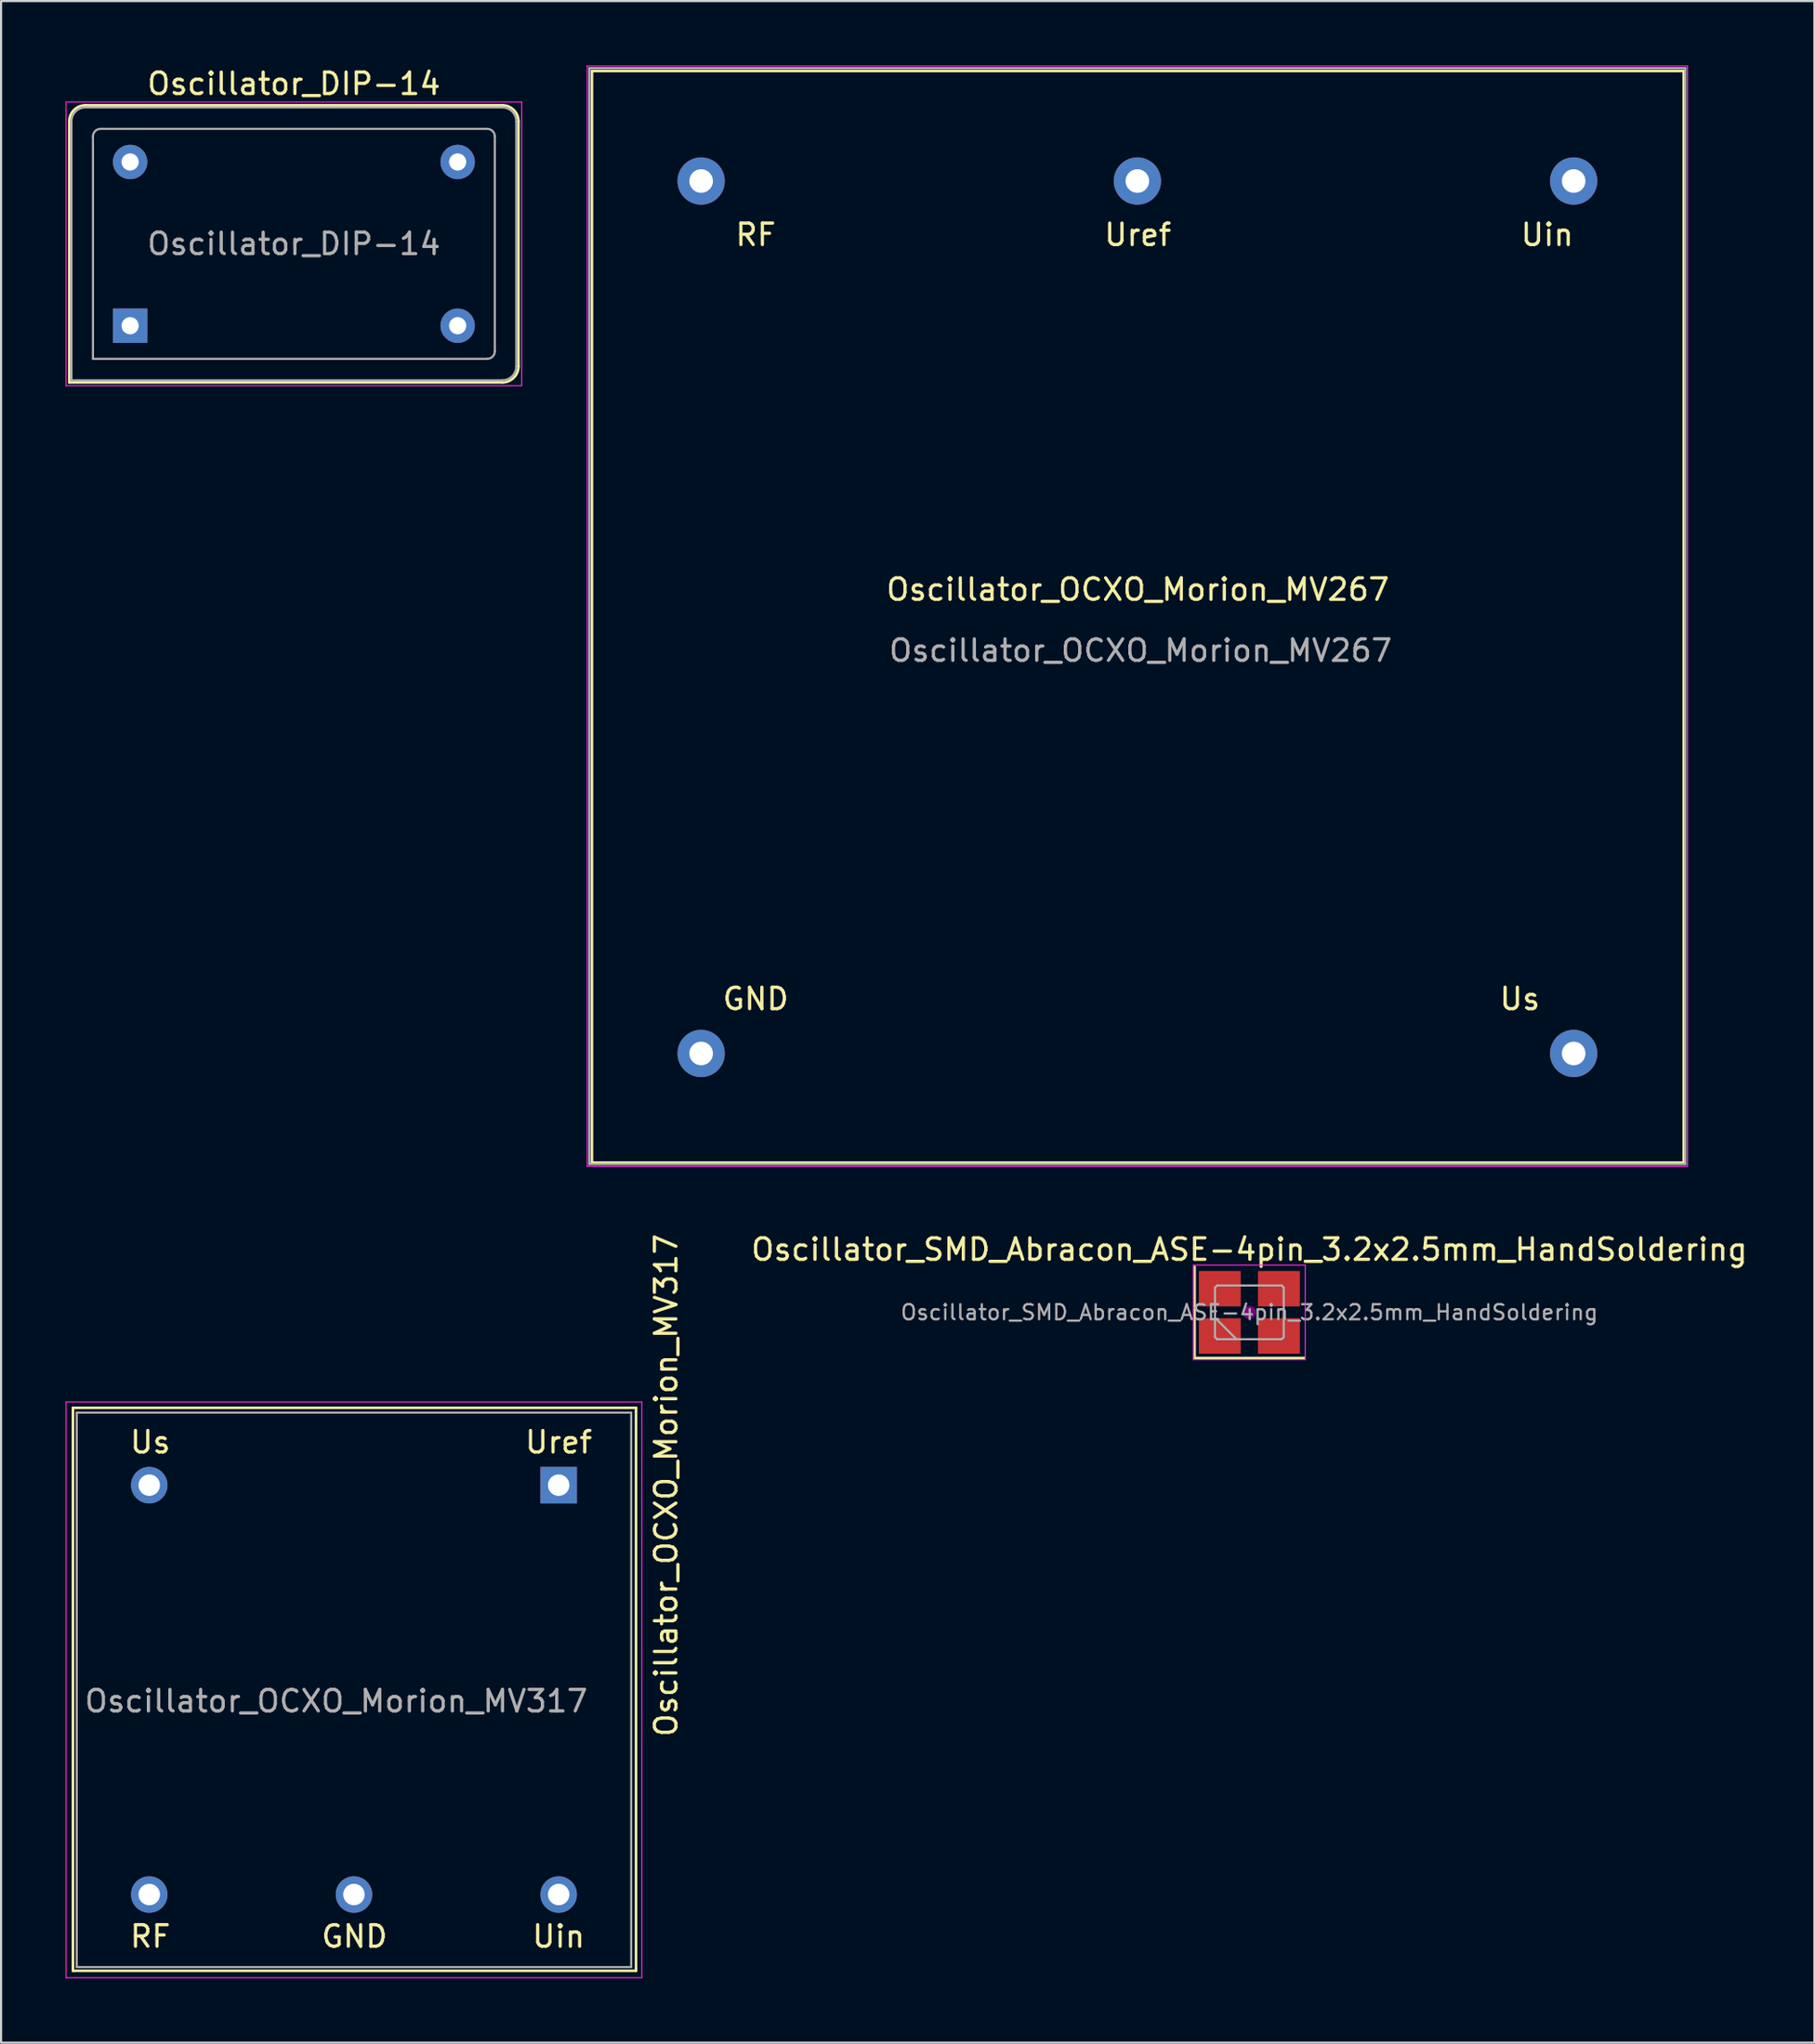
<source format=kicad_pcb>
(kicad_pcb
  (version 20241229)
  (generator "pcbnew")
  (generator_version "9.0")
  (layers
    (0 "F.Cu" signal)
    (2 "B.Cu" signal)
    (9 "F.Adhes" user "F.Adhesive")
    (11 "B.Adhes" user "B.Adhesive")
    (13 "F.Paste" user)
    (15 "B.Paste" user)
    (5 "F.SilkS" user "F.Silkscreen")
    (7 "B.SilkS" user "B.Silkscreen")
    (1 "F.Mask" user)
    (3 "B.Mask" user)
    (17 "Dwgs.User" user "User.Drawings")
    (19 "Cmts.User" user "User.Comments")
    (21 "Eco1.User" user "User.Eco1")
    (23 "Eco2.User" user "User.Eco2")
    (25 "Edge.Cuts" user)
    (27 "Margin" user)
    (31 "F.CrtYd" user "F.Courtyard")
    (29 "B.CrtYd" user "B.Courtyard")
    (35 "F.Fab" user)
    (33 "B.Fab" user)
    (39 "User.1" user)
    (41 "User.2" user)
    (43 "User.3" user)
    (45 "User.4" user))
  (footprint "Oscillator_OCXO_Morion_MV267"
    (layer "F.Cu")
    (at 49.875 5.375)
    (property "Reference" "Oscillator_OCXO_Morion_MV267" (at 0.02 19.01 0) (layer "F.SilkS") (effects (font (size 1 1) (thickness 0.15))))
    (attr through_hole)
    (fp_line (start -25.38 -5.12) (end -25.38 45.68) (stroke (width 0.12) (type solid)) (layer "F.SilkS"))
    (fp_line (start -25.38 45.68) (end 25.42 45.68) (stroke (width 0.12) (type solid)) (layer "F.SilkS"))
    (fp_line (start 25.42 -5.12) (end -25.38 -5.12) (stroke (width 0.12) (type solid)) (layer "F.SilkS"))
    (fp_line (start 25.42 45.68) (end 25.42 -5.12) (stroke (width 0.12) (type solid)) (layer "F.SilkS"))
    (fp_line (start -25.6 -5.35) (end 25.6 -5.35) (stroke (width 0.05) (type solid)) (layer "F.CrtYd"))
    (fp_line (start -25.6 45.85) (end -25.6 -5.35) (stroke (width 0.05) (type solid)) (layer "F.CrtYd"))
    (fp_line (start 25.6 -5.35) (end 25.6 45.85) (stroke (width 0.05) (type solid)) (layer "F.CrtYd"))
    (fp_line (start 25.6 45.85) (end -25.6 45.85) (stroke (width 0.05) (type solid)) (layer "F.CrtYd"))
    (fp_line (start -25.5 -5.25) (end 25.5 -5.25) (stroke (width 0.1) (type solid)) (layer "F.Fab"))
    (fp_line (start -25.5 45.75) (end -25.5 -5.25) (stroke (width 0.1) (type solid)) (layer "F.Fab"))
    (fp_line (start 25.5 -5.25) (end 25.5 45.75) (stroke (width 0.1) (type solid)) (layer "F.Fab"))
    (fp_line (start 25.5 45.75) (end -25.5 45.75) (stroke (width 0.1) (type solid)) (layer "F.Fab"))
    (fp_text user "Uin" (at 19.07 2.5 0) (layer "F.SilkS") (effects (font (size 1 1) (thickness 0.15))))
    (fp_text user "Us" (at 17.8 38.06 0) (layer "F.SilkS") (effects (font (size 1 1) (thickness 0.15))))
    (fp_text user "GND" (at -17.76 38.06 0) (layer "F.SilkS") (effects (font (size 1 1) (thickness 0.15))))
    (fp_text user "Uref" (at 0.02 2.5 0) (layer "F.SilkS") (effects (font (size 1 1) (thickness 0.15))))
    (fp_text user "RF" (at -17.76 2.5 0) (layer "F.SilkS") (effects (font (size 1 1) (thickness 0.15))))
    (fp_text user "${REFERENCE}" (at 0.15 21.85 0) (layer "F.Fab") (effects (font (size 1 1) (thickness 0.15))))
    (pad "1" thru_hole circle (at 0 0) (size 2.2 2.2) (drill 1.1) (layers "*.Cu" "*.Mask"))
    (pad "2" thru_hole circle (at 20.3 40.6) (size 2.2 2.2) (drill 1.1) (layers "*.Cu" "*.Mask"))
    (pad "3" thru_hole circle (at -20.3 0) (size 2.2 2.2) (drill 1.1) (layers "*.Cu" "*.Mask"))
    (pad "4" thru_hole circle (at -20.3 40.6) (size 2.2 2.2) (drill 1.1) (layers "*.Cu" "*.Mask"))
    (pad "5" thru_hole circle (at 20.3 0) (size 2.2 2.2) (drill 1.1) (layers "*.Cu" "*.Mask")))
  (footprint "Oscillator_DIP-14"
    (layer "F.Cu")
    (at 3.005 12.108)
    (property "Reference" "Oscillator_DIP-14" (at 7.62 -11.26 0) (layer "F.SilkS") (effects (font (size 1 1) (thickness 0.15))))
    (attr through_hole)
    (fp_line (start -2.83 -9.51) (end -2.83 2.64) (stroke (width 0.12) (type solid)) (layer "F.SilkS"))
    (fp_line (start -2.83 2.64) (end 17.32 2.64) (stroke (width 0.12) (type solid)) (layer "F.SilkS"))
    (fp_line (start 17.32 -10.26) (end -2.08 -10.26) (stroke (width 0.12) (type solid)) (layer "F.SilkS"))
    (fp_line (start 18.07 1.89) (end 18.07 -9.51) (stroke (width 0.12) (type solid)) (layer "F.SilkS"))
    (fp_arc (start -2.83 -9.51) (mid -2.61033 -10.04033) (end -2.08 -10.26) (stroke (width 0.12) (type solid)) (layer "F.SilkS"))
    (fp_arc (start 17.32 -10.26) (mid 17.85033 -10.04033) (end 18.07 -9.51) (stroke (width 0.12) (type solid)) (layer "F.SilkS"))
    (fp_arc (start 18.07 1.89) (mid 17.85033 2.42033) (end 17.32 2.64) (stroke (width 0.12) (type solid)) (layer "F.SilkS"))
    (fp_line (start -2.98 -10.41) (end -2.98 2.79) (stroke (width 0.05) (type solid)) (layer "F.CrtYd"))
    (fp_line (start -2.98 2.79) (end 18.22 2.79) (stroke (width 0.05) (type solid)) (layer "F.CrtYd"))
    (fp_line (start 18.22 -10.41) (end -2.98 -10.41) (stroke (width 0.05) (type solid)) (layer "F.CrtYd"))
    (fp_line (start 18.22 2.79) (end 18.22 -10.41) (stroke (width 0.05) (type solid)) (layer "F.CrtYd"))
    (fp_line (start -2.73 2.54) (end -2.73 -9.51) (stroke (width 0.1) (type solid)) (layer "F.Fab"))
    (fp_line (start -2.73 2.54) (end 17.32 2.54) (stroke (width 0.1) (type solid)) (layer "F.Fab"))
    (fp_line (start -2.08 -10.16) (end 17.32 -10.16) (stroke (width 0.1) (type solid)) (layer "F.Fab"))
    (fp_line (start -1.73 1.54) (end -1.73 -8.81) (stroke (width 0.1) (type solid)) (layer "F.Fab"))
    (fp_line (start -1.73 1.54) (end 16.62 1.54) (stroke (width 0.1) (type solid)) (layer "F.Fab"))
    (fp_line (start -1.38 -9.16) (end 16.62 -9.16) (stroke (width 0.1) (type solid)) (layer "F.Fab"))
    (fp_line (start 16.97 1.19) (end 16.97 -8.81) (stroke (width 0.1) (type solid)) (layer "F.Fab"))
    (fp_line (start 17.97 -9.51) (end 17.97 1.89) (stroke (width 0.1) (type solid)) (layer "F.Fab"))
    (fp_arc (start -2.73 -9.51) (mid -2.539619 -9.969619) (end -2.08 -10.16) (stroke (width 0.1) (type solid)) (layer "F.Fab"))
    (fp_arc (start -1.73 -8.81) (mid -1.627487 -9.057487) (end -1.38 -9.16) (stroke (width 0.1) (type solid)) (layer "F.Fab"))
    (fp_arc (start 16.62 -9.16) (mid 16.867487 -9.057487) (end 16.97 -8.81) (stroke (width 0.1) (type solid)) (layer "F.Fab"))
    (fp_arc (start 16.97 1.19) (mid 16.867487 1.437487) (end 16.62 1.54) (stroke (width 0.1) (type solid)) (layer "F.Fab"))
    (fp_arc (start 17.32 -10.16) (mid 17.779619 -9.969619) (end 17.97 -9.51) (stroke (width 0.1) (type solid)) (layer "F.Fab"))
    (fp_arc (start 17.97 1.89) (mid 17.779619 2.349619) (end 17.32 2.54) (stroke (width 0.1) (type solid)) (layer "F.Fab"))
    (fp_text user "${REFERENCE}" (at 7.62 -3.81 0) (layer "F.Fab") (effects (font (size 1 1) (thickness 0.15))))
    (pad "1" thru_hole rect (at 0 0) (size 1.6 1.6) (drill 0.8) (layers "*.Cu" "*.Mask"))
    (pad "7" thru_hole circle (at 15.24 0) (size 1.6 1.6) (drill 0.8) (layers "*.Cu" "*.Mask"))
    (pad "8" thru_hole circle (at 15.24 -7.62) (size 1.6 1.6) (drill 0.8) (layers "*.Cu" "*.Mask"))
    (pad "14" thru_hole circle (at 0 -7.62) (size 1.6 1.6) (drill 0.8) (layers "*.Cu" "*.Mask")))
  (footprint "Oscillator_OCXO_Morion_MV317"
    (layer "F.Cu")
    (at 22.945 66.065)
    (property "Reference" "Oscillator_OCXO_Morion_MV317" (at 5 0 270) (layer "F.SilkS") (effects (font (size 1 1) (thickness 0.15))))
    (attr through_hole)
    (fp_line (start -22.6 -3.6) (end -22.6 22.6) (stroke (width 0.12) (type solid)) (layer "F.SilkS"))
    (fp_line (start -22.6 22.6) (end 3.6 22.6) (stroke (width 0.12) (type solid)) (layer "F.SilkS"))
    (fp_line (start 3.6 -3.6) (end -22.6 -3.6) (stroke (width 0.12) (type solid)) (layer "F.SilkS"))
    (fp_line (start 3.6 22.6) (end 3.6 -3.6) (stroke (width 0.12) (type solid)) (layer "F.SilkS"))
    (fp_line (start -22.92 -3.87) (end 3.87 -3.87) (stroke (width 0.05) (type solid)) (layer "F.CrtYd"))
    (fp_line (start -22.92 22.92) (end -22.92 -3.87) (stroke (width 0.05) (type solid)) (layer "F.CrtYd"))
    (fp_line (start 3.87 -3.87) (end 3.87 22.92) (stroke (width 0.05) (type solid)) (layer "F.CrtYd"))
    (fp_line (start 3.87 22.92) (end -22.92 22.92) (stroke (width 0.05) (type solid)) (layer "F.CrtYd"))
    (fp_line (start -22.425 -3.375) (end 3.375 -3.375) (stroke (width 0.1) (type solid)) (layer "F.Fab"))
    (fp_line (start -22.425 22.425) (end -22.425 -3.375) (stroke (width 0.1) (type solid)) (layer "F.Fab"))
    (fp_line (start 3.375 -3.375) (end 3.375 22.425) (stroke (width 0.1) (type solid)) (layer "F.Fab"))
    (fp_line (start 3.375 22.425) (end -22.425 22.425) (stroke (width 0.1) (type solid)) (layer "F.Fab"))
    (fp_text user "Uin" (at 0 21 180) (layer "F.SilkS") (effects (font (size 1 1) (thickness 0.15))))
    (fp_text user "Uref" (at 0 -2 180) (layer "F.SilkS") (effects (font (size 1 1) (thickness 0.15))))
    (fp_text user "GND" (at -9.5 21 180) (layer "F.SilkS") (effects (font (size 1 1) (thickness 0.15))))
    (fp_text user "Us" (at -19 -2 180) (layer "F.SilkS") (effects (font (size 1 1) (thickness 0.15))))
    (fp_text user "RF" (at -19 21 180) (layer "F.SilkS") (effects (font (size 1 1) (thickness 0.15))))
    (fp_text user "${REFERENCE}" (at -10.35 10.05 180) (layer "F.Fab") (effects (font (size 1 1) (thickness 0.15))))
    (pad "1" thru_hole rect (at 0 0 180) (size 1.7 1.7) (drill 1) (layers "*.Cu" "*.Mask"))
    (pad "2" thru_hole circle (at -19.05 0 180) (size 1.7 1.7) (drill 1) (layers "*.Cu" "*.Mask"))
    (pad "3" thru_hole circle (at -19.05 19.05 180) (size 1.7 1.7) (drill 1) (layers "*.Cu" "*.Mask"))
    (pad "4" thru_hole circle (at -9.525 19.05 180) (size 1.7 1.7) (drill 1) (layers "*.Cu" "*.Mask"))
    (pad "5" thru_hole circle (at 0 19.05 180) (size 1.7 1.7) (drill 1) (layers "*.Cu" "*.Mask")))
  (footprint "Oscillator_SMD_Abracon_ASE-4pin_3.2x2.5mm_HandSoldering"
    (layer "F.Cu")
    (at 55.085 58.023)
    (property "Reference" "Oscillator_SMD_Abracon_ASE-4pin_3.2x2.5mm_HandSoldering" (at 0 -2.925 0) (layer "F.SilkS") (effects (font (size 1 1) (thickness 0.15))))
    (attr smd)
    (fp_line (start -2.55 -2.125) (end -2.55 2.125) (stroke (width 0.12) (type solid)) (layer "F.SilkS"))
    (fp_line (start -2.55 2.125) (end 2.55 2.125) (stroke (width 0.12) (type solid)) (layer "F.SilkS"))
    (fp_circle (center 0 0) (end 0.058 0) (stroke (width 0.117) (type solid)) (fill no) (layer "F.Adhes"))
    (fp_circle (center 0 0) (end 0.133 0) (stroke (width 0.083) (type solid)) (fill no) (layer "F.Adhes"))
    (fp_circle (center 0 0) (end 0.208 0) (stroke (width 0.083) (type solid)) (fill no) (layer "F.Adhes"))
    (fp_circle (center 0 0) (end 0.25 0) (stroke (width 0.1) (type solid)) (fill no) (layer "F.Adhes"))
    (fp_line (start -2.6 -2.2) (end -2.6 2.2) (stroke (width 0.05) (type solid)) (layer "F.CrtYd"))
    (fp_line (start -2.6 2.2) (end 2.6 2.2) (stroke (width 0.05) (type solid)) (layer "F.CrtYd"))
    (fp_line (start 2.6 -2.2) (end -2.6 -2.2) (stroke (width 0.05) (type solid)) (layer "F.CrtYd"))
    (fp_line (start 2.6 2.2) (end 2.6 -2.2) (stroke (width 0.05) (type solid)) (layer "F.CrtYd"))
    (fp_line (start -1.6 -1.15) (end -1.5 -1.25) (stroke (width 0.1) (type solid)) (layer "F.Fab"))
    (fp_line (start -1.6 0.25) (end -0.6 1.25) (stroke (width 0.1) (type solid)) (layer "F.Fab"))
    (fp_line (start -1.6 1.15) (end -1.6 -1.15) (stroke (width 0.1) (type solid)) (layer "F.Fab"))
    (fp_line (start -1.5 -1.25) (end 1.5 -1.25) (stroke (width 0.1) (type solid)) (layer "F.Fab"))
    (fp_line (start -1.5 1.25) (end -1.6 1.15) (stroke (width 0.1) (type solid)) (layer "F.Fab"))
    (fp_line (start 1.5 -1.25) (end 1.6 -1.15) (stroke (width 0.1) (type solid)) (layer "F.Fab"))
    (fp_line (start 1.5 1.25) (end -1.5 1.25) (stroke (width 0.1) (type solid)) (layer "F.Fab"))
    (fp_line (start 1.6 -1.15) (end 1.6 1.15) (stroke (width 0.1) (type solid)) (layer "F.Fab"))
    (fp_line (start 1.6 1.15) (end 1.5 1.25) (stroke (width 0.1) (type solid)) (layer "F.Fab"))
    (fp_text user "${REFERENCE}" (at 0 0 0) (layer "F.Fab") (effects (font (size 0.7 0.7) (thickness 0.105))))
    (pad "1" smd rect (at -1.375 1.1) (size 1.95 1.65) (layers "F.Cu" "F.Mask" "F.Paste"))
    (pad "2" smd rect (at 1.375 1.1) (size 1.95 1.65) (layers "F.Cu" "F.Mask" "F.Paste"))
    (pad "3" smd rect (at 1.375 -1.1) (size 1.95 1.65) (layers "F.Cu" "F.Mask" "F.Paste"))
    (pad "4" smd rect (at -1.375 -1.1) (size 1.95 1.65) (layers "F.Cu" "F.Mask" "F.Paste")))
  (gr_rect
    (start -3 -3)
    (end 81.377 92.01)
    (stroke (width 0.1) (type default))
    (fill no)
    (layer "Edge.Cuts")))
</source>
